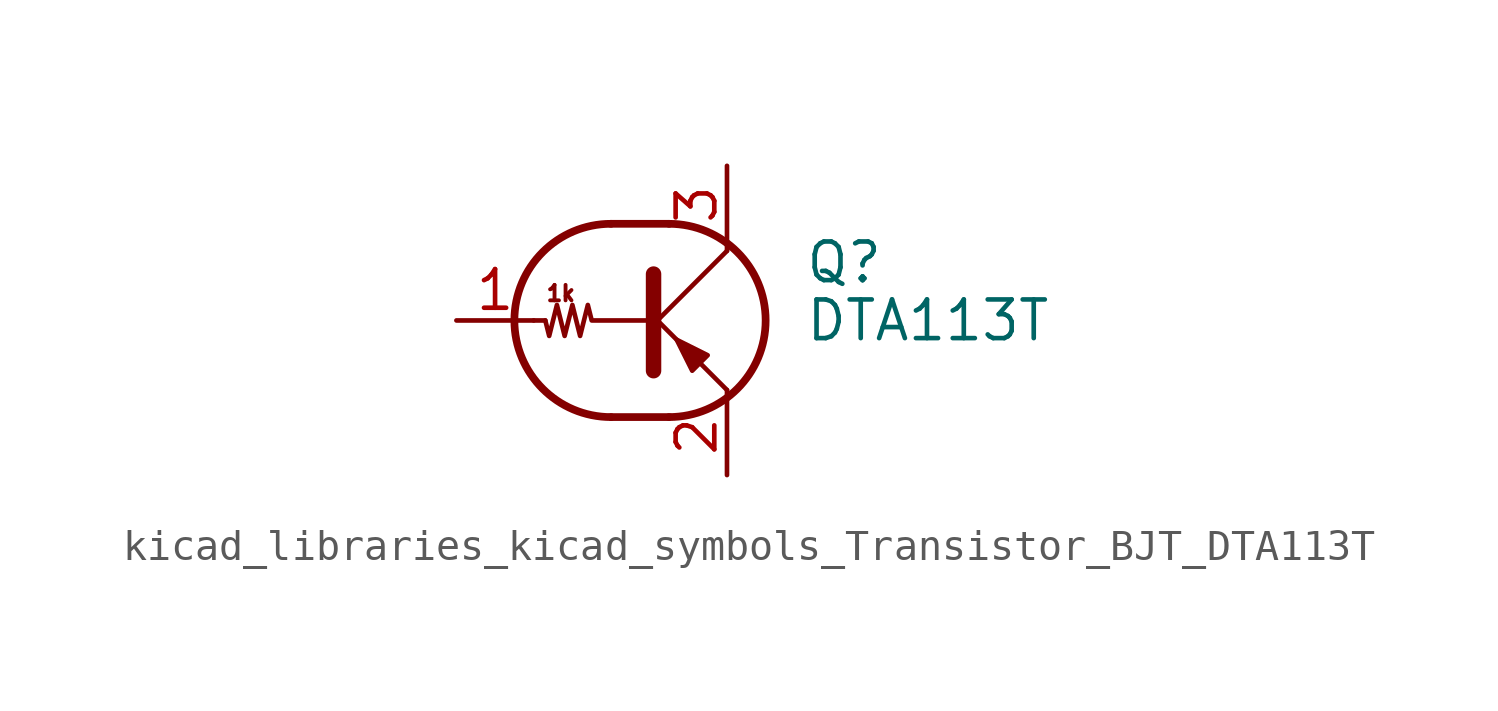
<source format=kicad_sym>
(kicad_symbol_lib
  (version 20220914)
  (generator kicad_symbol_editor)
  (symbol "kicad_libraries_kicad_symbols_Transistor_BJT_DTA113T"
    (pin_names
      (offset 0) hide)
    (property "Reference" "Q"
      (at 5.08 1.905 0)
      (effects (font (size 1.27 1.27)) (justify left)))
    (property "Value" "DTA113T"
      (at 5.08 0 0)
      (effects (font (size 1.27 1.27)) (justify left)))
    (symbol "kicad_libraries_kicad_symbols_Transistor_BJT_DTA113T_0_0"
      (polyline (pts (xy 2.54 -2.286) (xy 2.54 -2.54)) (stroke (width 0) (type default)) (fill (type none)))
      (text "1k" (at -2.921 0.889 0) (effects (font (size 0.508 0.508)))))
    (symbol "kicad_libraries_kicad_symbols_Transistor_BJT_DTA113T_0_1"
      (arc (start -1.27 3.175) (mid -4.4312 0) (end -1.27 -3.175) (stroke (width 0.254) (type default)) (fill (type none)))
      (polyline (pts (xy -3.429 0) (xy -3.81 0)) (stroke (width 0) (type default)) (fill (type none)))
      (polyline (pts (xy -1.27 -3.175) (xy 0.635 -3.175)) (stroke (width 0.254) (type default)) (fill (type none)))
      (polyline (pts (xy -1.27 3.175) (xy 0.635 3.175)) (stroke (width 0.254) (type default)) (fill (type none)))
      (polyline (pts (xy 0 -0.254) (xy 2.54 2.286)) (stroke (width 0) (type default)) (fill (type none)))
      (polyline (pts (xy 0.127 1.524) (xy 0.127 -1.651)) (stroke (width 0.508) (type default)) (fill (type outline)))
      (polyline (pts (xy 2.54 2.286) (xy 2.54 2.54)) (stroke (width 0) (type default)) (fill (type none)))
      (polyline (pts (xy 2.54 -2.286) (xy 0 0.254) (xy 0 0.254)) (stroke (width 0) (type default)) (fill (type none)))
      (polyline (pts (xy 1.397 -1.651) (xy 1.905 -1.143) (xy 0.889 -0.635) (xy 1.397 -1.651)) (stroke (width 0) (type default)) (fill (type outline)))
      (polyline (pts (xy 0 0) (xy -1.905 0) (xy -2.032 0.508) (xy -2.286 -0.508) (xy -2.54 0.508) (xy -2.794 -0.508) (xy -3.048 0.508) (xy -3.302 -0.508) (xy -3.429 0)) (stroke (width 0) (type default)) (fill (type none)))
      (arc (start 0.635 -3.175) (mid 3.7962 0) (end 0.635 3.175) (stroke (width 0.254) (type default)) (fill (type none))))
    (symbol "kicad_libraries_kicad_symbols_Transistor_BJT_DTA113T_1_1"
      (pin input line (at -6.35 0 0) (length 2.54) (name "B" (effects (font (size 1.27 1.27)))) (number "1" (effects (font (size 1.27 1.27)))))
      (pin passive line (at 2.54 -5.08 90) (length 2.54) (name "E" (effects (font (size 1.27 1.27)))) (number "2" (effects (font (size 1.27 1.27)))))
      (pin passive line (at 2.54 5.08 270) (length 2.54) (name "C" (effects (font (size 1.27 1.27)))) (number "3" (effects (font (size 1.27 1.27))))))))
</source>
